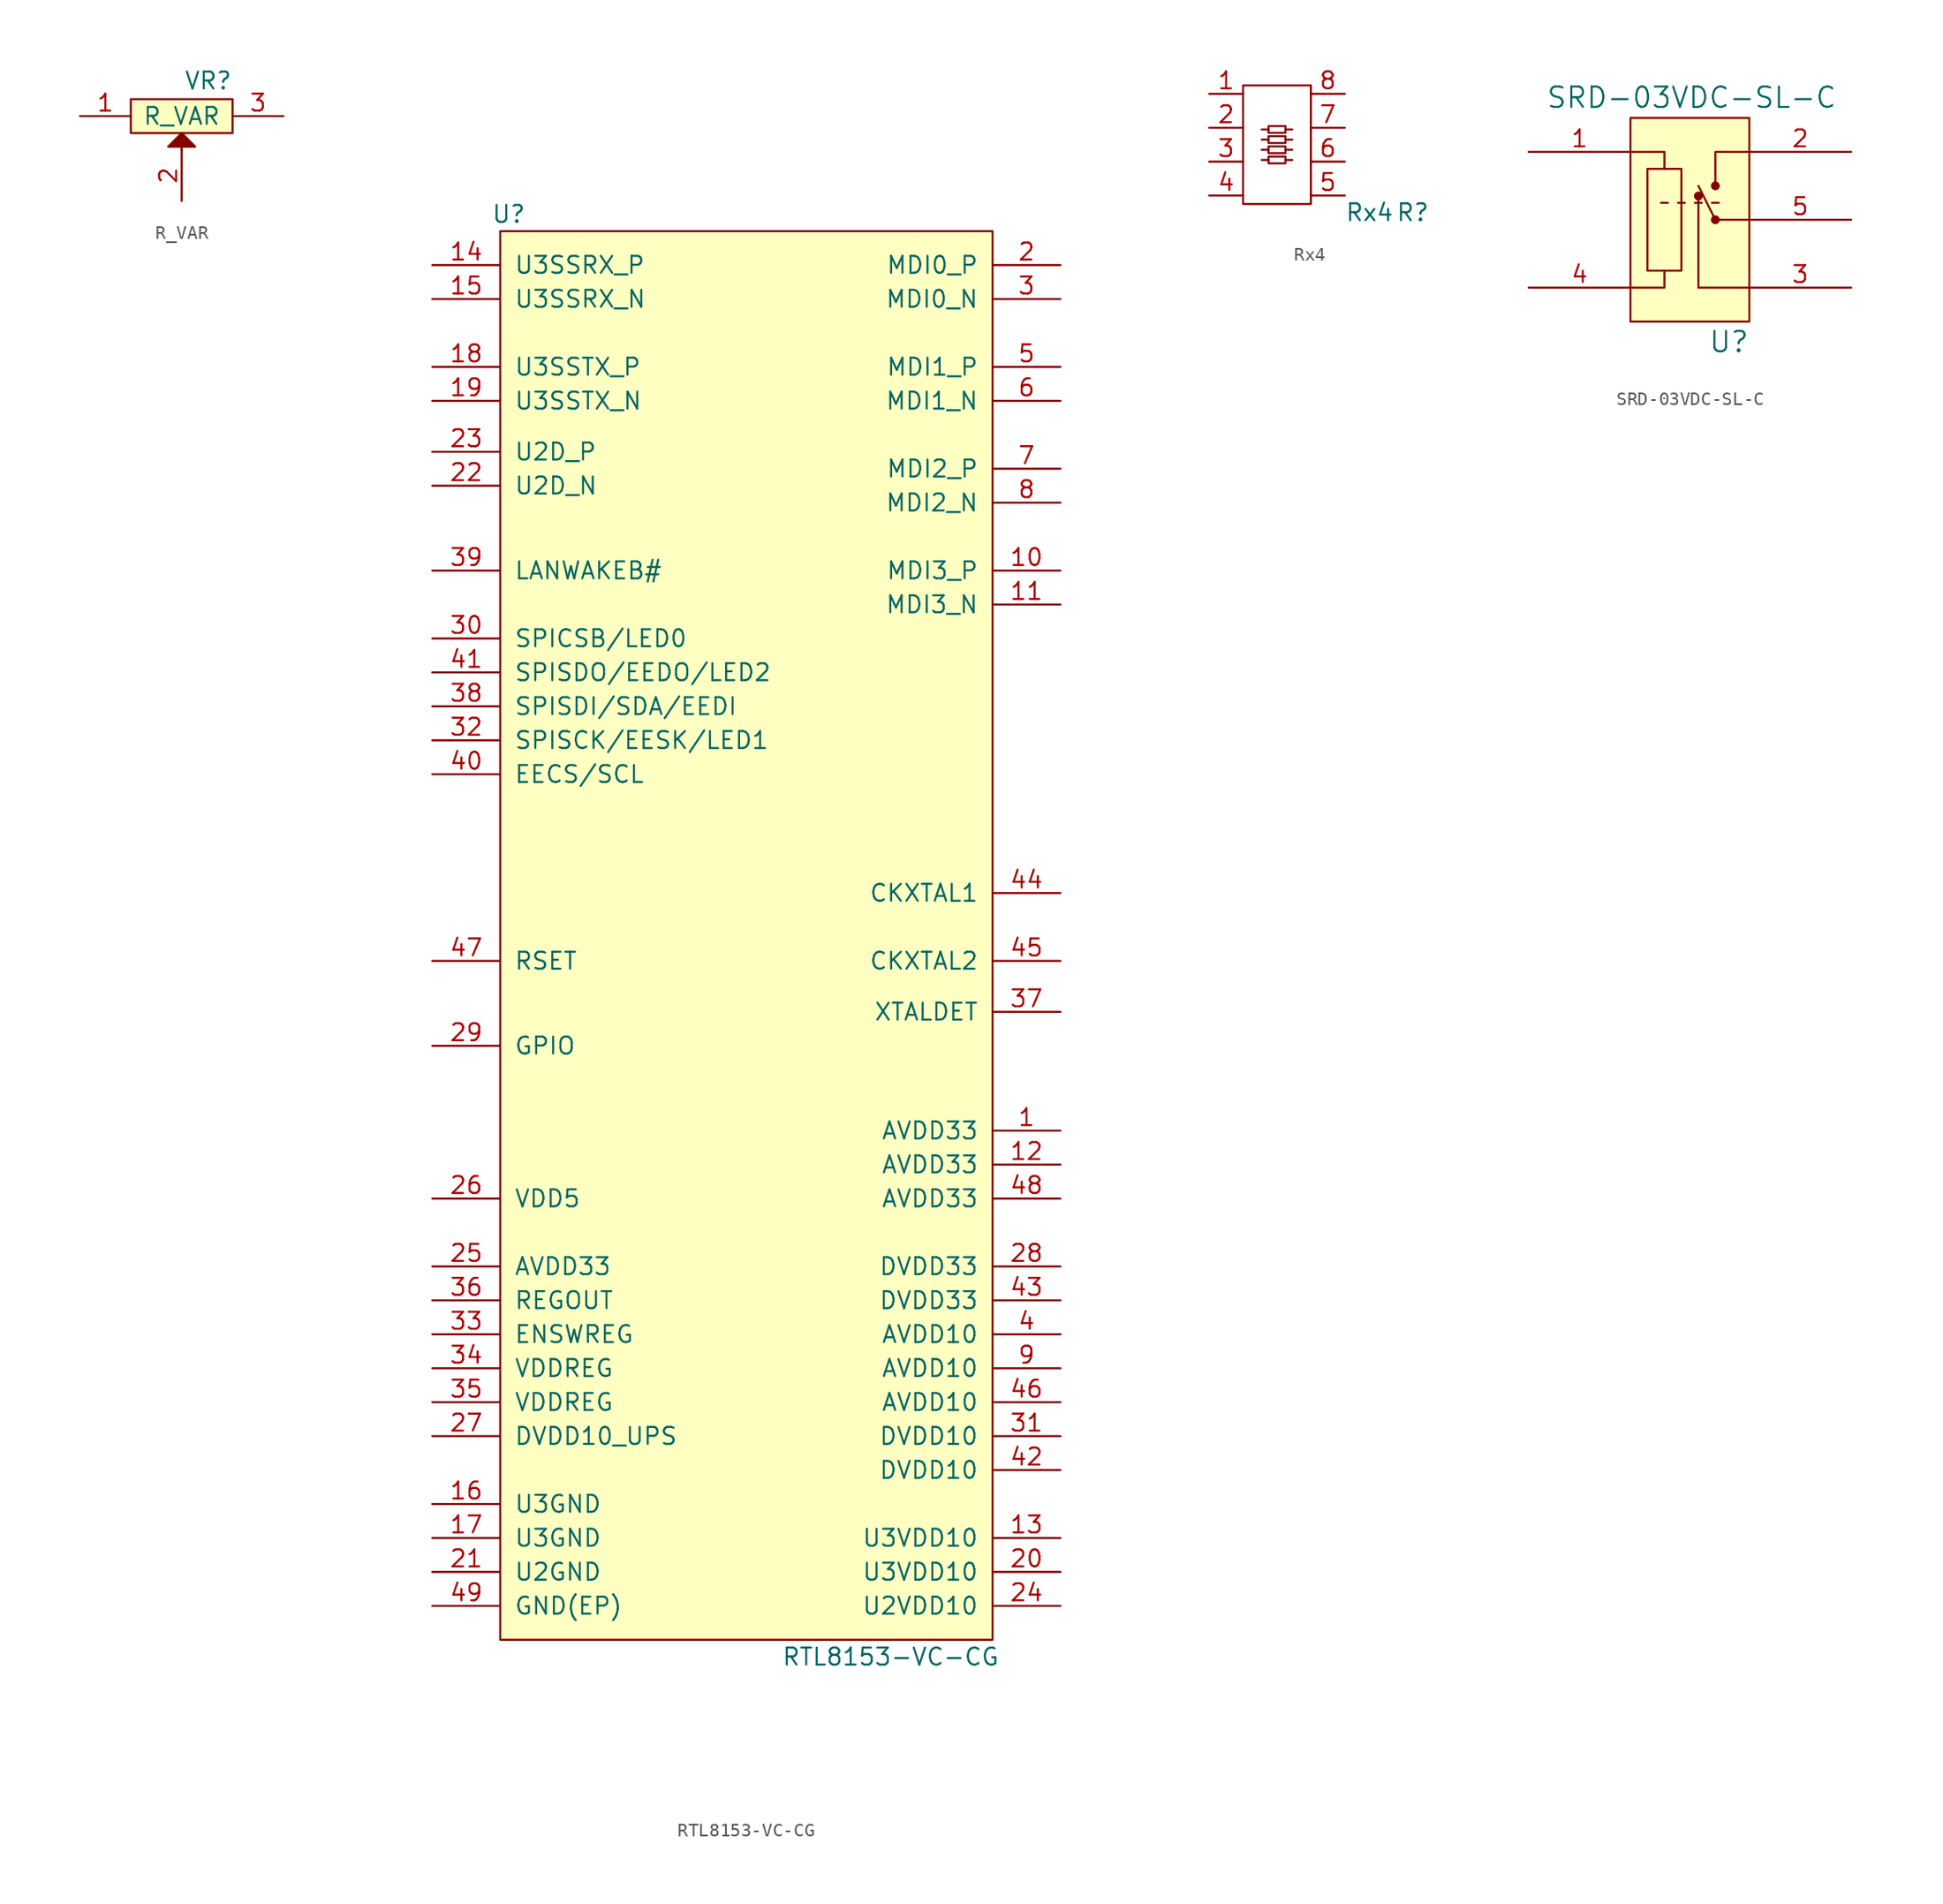
<source format=kicad_sym>
(kicad_symbol_lib
  (version 20211014)
  (generator kicad_symbol_editor)
  (symbol "R_VAR"
    (pin_names
      (offset 1.016))
    (property "Reference" "VR"
      (at 7.62 1.905 0)
      (effects (font (size 1.27 1.27)) (justify right bottom)))
    (property "Value" "R_VAR"
      (at 3.81 0 0)
      (effects (font (size 1.27 1.27))))
    (property "Footprint" ""
      (at 0 1.27 0)
      (effects (font (size 1.524 1.524))))
    (property "Datasheet" ""
      (at 0 1.27 0)
      (effects (font (size 1.524 1.524))))
    (symbol "R_VAR_0_1"
      (rectangle (start 0 -1.27) (end 7.62 1.27) (stroke (width 0) (type default) (color 0 0 0 0)) (fill (type background)))
      (polyline (pts (xy 3.81 -2.54) (xy 3.81 -1.27)) (stroke (width 0) (type default) (color 0 0 0 0)) (fill (type none)))
      (polyline (pts (xy 2.794 -2.286) (xy 3.81 -1.27) (xy 4.826 -2.286) (xy 2.794 -2.286)) (stroke (width 0) (type default) (color 0 0 0 0)) (fill (type outline))))
    (symbol "R_VAR_1_1"
      (pin passive line (at -3.81 0 0) (length 3.81) (name "~" (effects (font (size 1.27 1.27)))) (number "1" (effects (font (size 1.27 1.27)))))
      (pin passive line (at 3.81 -6.35 90) (length 3.81) (name "~" (effects (font (size 1.27 1.27)))) (number "2" (effects (font (size 1.27 1.27)))))
      (pin passive line (at 11.43 0 180) (length 3.81) (name "~" (effects (font (size 1.27 1.27)))) (number "3" (effects (font (size 1.27 1.27)))))))
  (symbol "RTL8153-VC-CG"
    (pin_names
      (offset 1.016))
    (property "Reference" "U"
      (at -18.415 54.61 0)
      (effects (font (size 1.27 1.27))))
    (property "Value" "RTL8153-VC-CG"
      (at 10.16 -53.34 0)
      (effects (font (size 1.27 1.27))))
    (symbol "RTL8153-VC-CG_0_1"
      (rectangle (start -19.05 53.34) (end 17.78 -52.07) (stroke (width 0) (type default) (color 0 0 0 0)) (fill (type background))))
    (symbol "RTL8153-VC-CG_1_1"
      (pin power_in line (at 22.86 -13.97 180) (length 5.08) (name "AVDD33" (effects (font (size 1.27 1.27)))) (number "1" (effects (font (size 1.27 1.27)))))
      (pin bidirectional line (at 22.86 27.94 180) (length 5.08) (name "MDI3_P" (effects (font (size 1.27 1.27)))) (number "10" (effects (font (size 1.27 1.27)))))
      (pin bidirectional line (at 22.86 25.4 180) (length 5.08) (name "MDI3_N" (effects (font (size 1.27 1.27)))) (number "11" (effects (font (size 1.27 1.27)))))
      (pin power_in line (at 22.86 -16.51 180) (length 5.08) (name "AVDD33" (effects (font (size 1.27 1.27)))) (number "12" (effects (font (size 1.27 1.27)))))
      (pin power_in line (at 22.86 -44.45 180) (length 5.08) (name "U3VDD10" (effects (font (size 1.27 1.27)))) (number "13" (effects (font (size 1.27 1.27)))))
      (pin input line (at -24.13 50.8 0) (length 5.08) (name "U3SSRX_P" (effects (font (size 1.27 1.27)))) (number "14" (effects (font (size 1.27 1.27)))))
      (pin input line (at -24.13 48.26 0) (length 5.08) (name "U3SSRX_N" (effects (font (size 1.27 1.27)))) (number "15" (effects (font (size 1.27 1.27)))))
      (pin power_in line (at -24.13 -41.91 0) (length 5.08) (name "U3GND" (effects (font (size 1.27 1.27)))) (number "16" (effects (font (size 1.27 1.27)))))
      (pin power_in line (at -24.13 -44.45 0) (length 5.08) (name "U3GND" (effects (font (size 1.27 1.27)))) (number "17" (effects (font (size 1.27 1.27)))))
      (pin output line (at -24.13 43.18 0) (length 5.08) (name "U3SSTX_P" (effects (font (size 1.27 1.27)))) (number "18" (effects (font (size 1.27 1.27)))))
      (pin output line (at -24.13 40.64 0) (length 5.08) (name "U3SSTX_N" (effects (font (size 1.27 1.27)))) (number "19" (effects (font (size 1.27 1.27)))))
      (pin bidirectional line (at 22.86 50.8 180) (length 5.08) (name "MDI0_P" (effects (font (size 1.27 1.27)))) (number "2" (effects (font (size 1.27 1.27)))))
      (pin power_in line (at 22.86 -46.99 180) (length 5.08) (name "U3VDD10" (effects (font (size 1.27 1.27)))) (number "20" (effects (font (size 1.27 1.27)))))
      (pin power_in line (at -24.13 -46.99 0) (length 5.08) (name "U2GND" (effects (font (size 1.27 1.27)))) (number "21" (effects (font (size 1.27 1.27)))))
      (pin bidirectional line (at -24.13 34.29 0) (length 5.08) (name "U2D_N" (effects (font (size 1.27 1.27)))) (number "22" (effects (font (size 1.27 1.27)))))
      (pin bidirectional line (at -24.13 36.83 0) (length 5.08) (name "U2D_P" (effects (font (size 1.27 1.27)))) (number "23" (effects (font (size 1.27 1.27)))))
      (pin power_in line (at 22.86 -49.53 180) (length 5.08) (name "U2VDD10" (effects (font (size 1.27 1.27)))) (number "24" (effects (font (size 1.27 1.27)))))
      (pin power_out line (at -24.13 -24.13 0) (length 5.08) (name "AVDD33" (effects (font (size 1.27 1.27)))) (number "25" (effects (font (size 1.27 1.27)))))
      (pin power_in line (at -24.13 -19.05 0) (length 5.08) (name "VDD5" (effects (font (size 1.27 1.27)))) (number "26" (effects (font (size 1.27 1.27)))))
      (pin power_out line (at -24.13 -36.83 0) (length 5.08) (name "DVDD10_UPS" (effects (font (size 1.27 1.27)))) (number "27" (effects (font (size 1.27 1.27)))))
      (pin power_in line (at 22.86 -24.13 180) (length 5.08) (name "DVDD33" (effects (font (size 1.27 1.27)))) (number "28" (effects (font (size 1.27 1.27)))))
      (pin bidirectional line (at -24.13 -7.62 0) (length 5.08) (name "GPIO" (effects (font (size 1.27 1.27)))) (number "29" (effects (font (size 1.27 1.27)))))
      (pin bidirectional line (at 22.86 48.26 180) (length 5.08) (name "MDI0_N" (effects (font (size 1.27 1.27)))) (number "3" (effects (font (size 1.27 1.27)))))
      (pin output line (at -24.13 22.86 0) (length 5.08) (name "SPICSB/LED0" (effects (font (size 1.27 1.27)))) (number "30" (effects (font (size 1.27 1.27)))))
      (pin power_in line (at 22.86 -36.83 180) (length 5.08) (name "DVDD10" (effects (font (size 1.27 1.27)))) (number "31" (effects (font (size 1.27 1.27)))))
      (pin output line (at -24.13 15.24 0) (length 5.08) (name "SPISCK/EESK/LED1" (effects (font (size 1.27 1.27)))) (number "32" (effects (font (size 1.27 1.27)))))
      (pin input line (at -24.13 -29.21 0) (length 5.08) (name "ENSWREG" (effects (font (size 1.27 1.27)))) (number "33" (effects (font (size 1.27 1.27)))))
      (pin power_in line (at -24.13 -31.75 0) (length 5.08) (name "VDDREG" (effects (font (size 1.27 1.27)))) (number "34" (effects (font (size 1.27 1.27)))))
      (pin power_in line (at -24.13 -34.29 0) (length 5.08) (name "VDDREG" (effects (font (size 1.27 1.27)))) (number "35" (effects (font (size 1.27 1.27)))))
      (pin power_out line (at -24.13 -26.67 0) (length 5.08) (name "REGOUT" (effects (font (size 1.27 1.27)))) (number "36" (effects (font (size 1.27 1.27)))))
      (pin input line (at 22.86 -5.08 180) (length 5.08) (name "XTALDET" (effects (font (size 1.27 1.27)))) (number "37" (effects (font (size 1.27 1.27)))))
      (pin output line (at -24.13 17.78 0) (length 5.08) (name "SPISDI/SDA/EEDI" (effects (font (size 1.27 1.27)))) (number "38" (effects (font (size 1.27 1.27)))))
      (pin output line (at -24.13 27.94 0) (length 5.08) (name "LANWAKEB#" (effects (font (size 1.27 1.27)))) (number "39" (effects (font (size 1.27 1.27)))))
      (pin power_in line (at 22.86 -29.21 180) (length 5.08) (name "AVDD10" (effects (font (size 1.27 1.27)))) (number "4" (effects (font (size 1.27 1.27)))))
      (pin output line (at -24.13 12.7 0) (length 5.08) (name "EECS/SCL" (effects (font (size 1.27 1.27)))) (number "40" (effects (font (size 1.27 1.27)))))
      (pin input line (at -24.13 20.32 0) (length 5.08) (name "SPISDO/EEDO/LED2" (effects (font (size 1.27 1.27)))) (number "41" (effects (font (size 1.27 1.27)))))
      (pin power_in line (at 22.86 -39.37 180) (length 5.08) (name "DVDD10" (effects (font (size 1.27 1.27)))) (number "42" (effects (font (size 1.27 1.27)))))
      (pin power_in line (at 22.86 -26.67 180) (length 5.08) (name "DVDD33" (effects (font (size 1.27 1.27)))) (number "43" (effects (font (size 1.27 1.27)))))
      (pin input line (at 22.86 3.81 180) (length 5.08) (name "CKXTAL1" (effects (font (size 1.27 1.27)))) (number "44" (effects (font (size 1.27 1.27)))))
      (pin bidirectional line (at 22.86 -1.27 180) (length 5.08) (name "CKXTAL2" (effects (font (size 1.27 1.27)))) (number "45" (effects (font (size 1.27 1.27)))))
      (pin power_in line (at 22.86 -34.29 180) (length 5.08) (name "AVDD10" (effects (font (size 1.27 1.27)))) (number "46" (effects (font (size 1.27 1.27)))))
      (pin passive line (at -24.13 -1.27 0) (length 5.08) (name "RSET" (effects (font (size 1.27 1.27)))) (number "47" (effects (font (size 1.27 1.27)))))
      (pin power_in line (at 22.86 -19.05 180) (length 5.08) (name "AVDD33" (effects (font (size 1.27 1.27)))) (number "48" (effects (font (size 1.27 1.27)))))
      (pin power_in line (at -24.13 -49.53 0) (length 5.08) (name "GND(EP)" (effects (font (size 1.27 1.27)))) (number "49" (effects (font (size 1.27 1.27)))))
      (pin bidirectional line (at 22.86 43.18 180) (length 5.08) (name "MDI1_P" (effects (font (size 1.27 1.27)))) (number "5" (effects (font (size 1.27 1.27)))))
      (pin bidirectional line (at 22.86 40.64 180) (length 5.08) (name "MDI1_N" (effects (font (size 1.27 1.27)))) (number "6" (effects (font (size 1.27 1.27)))))
      (pin bidirectional line (at 22.86 35.56 180) (length 5.08) (name "MDI2_P" (effects (font (size 1.27 1.27)))) (number "7" (effects (font (size 1.27 1.27)))))
      (pin bidirectional line (at 22.86 33.02 180) (length 5.08) (name "MDI2_N" (effects (font (size 1.27 1.27)))) (number "8" (effects (font (size 1.27 1.27)))))
      (pin power_in line (at 22.86 -31.75 180) (length 5.08) (name "AVDD10" (effects (font (size 1.27 1.27)))) (number "9" (effects (font (size 1.27 1.27)))))))
  (symbol "Rx4"
    (pin_names
      (offset 1.016))
    (property "Reference" "R"
      (at 11.43 -8.89 0)
      (effects (font (size 1.27 1.27)) (justify left)))
    (property "Value" "Rx4"
      (at 7.62 -8.89 0)
      (effects (font (size 1.27 1.27)) (justify left)))
    (symbol "Rx4_0_1"
      (polyline (pts (xy 1.905 -4.953) (xy 1.397 -4.953)) (stroke (width 0) (type default) (color 0 0 0 0)) (fill (type none)))
      (polyline (pts (xy 1.905 -4.191) (xy 1.397 -4.191)) (stroke (width 0) (type default) (color 0 0 0 0)) (fill (type none)))
      (polyline (pts (xy 1.905 -3.429) (xy 1.397 -3.429)) (stroke (width 0) (type default) (color 0 0 0 0)) (fill (type none)))
      (polyline (pts (xy 1.905 -2.667) (xy 1.397 -2.667)) (stroke (width 0) (type default) (color 0 0 0 0)) (fill (type none)))
      (polyline (pts (xy 3.683 -4.953) (xy 3.175 -4.953)) (stroke (width 0) (type default) (color 0 0 0 0)) (fill (type none)))
      (polyline (pts (xy 3.683 -4.191) (xy 3.175 -4.191)) (stroke (width 0) (type default) (color 0 0 0 0)) (fill (type none)))
      (polyline (pts (xy 3.683 -3.429) (xy 3.175 -3.429)) (stroke (width 0) (type default) (color 0 0 0 0)) (fill (type none)))
      (polyline (pts (xy 3.683 -2.667) (xy 3.175 -2.667)) (stroke (width 0) (type default) (color 0 0 0 0)) (fill (type none)))
      (rectangle (start 1.905 -4.699) (end 3.175 -5.207) (stroke (width 0) (type default) (color 0 0 0 0)) (fill (type none)))
      (rectangle (start 1.905 -3.937) (end 3.175 -4.445) (stroke (width 0) (type default) (color 0 0 0 0)) (fill (type none)))
      (rectangle (start 1.905 -3.175) (end 3.175 -3.683) (stroke (width 0) (type default) (color 0 0 0 0)) (fill (type none)))
      (rectangle (start 1.905 -2.413) (end 3.175 -2.921) (stroke (width 0) (type default) (color 0 0 0 0)) (fill (type none)))
      (rectangle (start 5.08 -8.255) (end 0 0.635) (stroke (width 0) (type default) (color 0 0 0 0)) (fill (type none))))
    (symbol "Rx4_1_1"
      (pin input line (at -2.54 0 0) (length 2.54) (name "~" (effects (font (size 1.27 1.27)))) (number "1" (effects (font (size 1.27 1.27)))))
      (pin input line (at -2.54 -2.54 0) (length 2.54) (name "~" (effects (font (size 1.27 1.27)))) (number "2" (effects (font (size 1.27 1.27)))))
      (pin input line (at -2.54 -5.08 0) (length 2.54) (name "~" (effects (font (size 1.27 1.27)))) (number "3" (effects (font (size 1.27 1.27)))))
      (pin input line (at -2.54 -7.62 0) (length 2.54) (name "~" (effects (font (size 1.27 1.27)))) (number "4" (effects (font (size 1.27 1.27)))))
      (pin input line (at 7.62 -7.62 180) (length 2.54) (name "~" (effects (font (size 1.27 1.27)))) (number "5" (effects (font (size 1.27 1.27)))))
      (pin input line (at 7.62 -5.08 180) (length 2.54) (name "~" (effects (font (size 1.27 1.27)))) (number "6" (effects (font (size 1.27 1.27)))))
      (pin input line (at 7.62 -2.54 180) (length 2.54) (name "~" (effects (font (size 1.27 1.27)))) (number "7" (effects (font (size 1.27 1.27)))))
      (pin input line (at 7.62 0 180) (length 2.54) (name "~" (effects (font (size 1.27 1.27)))) (number "8" (effects (font (size 1.27 1.27)))))))
  (symbol "SRD-03VDC-SL-C"
    (pin_names
      (offset 1.016))
    (property "Reference" "U"
      (at 7.366 -14.224 0)
      (effects (font (size 1.524 1.524))))
    (property "Value" "SRD-03VDC-SL-C"
      (at 4.572 4.064 0)
      (effects (font (size 1.524 1.524))))
    (property "Footprint" ""
      (at 0 0 0)
      (effects (font (size 1.524 1.524))))
    (property "Datasheet" ""
      (at 0 0 0)
      (effects (font (size 1.524 1.524))))
    (symbol "SRD-03VDC-SL-C_0_1"
      (polyline (pts (xy 2.794 -3.81) (xy 2.286 -3.81)) (stroke (width 0) (type default) (color 0 0 0 0)) (fill (type none)))
      (polyline (pts (xy 3.556 -3.81) (xy 4.064 -3.81)) (stroke (width 0) (type default) (color 0 0 0 0)) (fill (type none)))
      (polyline (pts (xy 4.826 -3.81) (xy 5.334 -3.81)) (stroke (width 0) (type default) (color 0 0 0 0)) (fill (type none)))
      (polyline (pts (xy 6.096 -3.81) (xy 6.604 -3.81)) (stroke (width 0) (type default) (color 0 0 0 0)) (fill (type none)))
      (polyline (pts (xy 0 -10.16) (xy 2.54 -10.16) (xy 2.54 -8.89)) (stroke (width 0) (type default) (color 0 0 0 0)) (fill (type none)))
      (polyline (pts (xy 0 0) (xy 2.54 0) (xy 2.54 -1.27)) (stroke (width 0) (type default) (color 0 0 0 0)) (fill (type none)))
      (polyline (pts (xy 5.08 -3.302) (xy 5.08 -10.16) (xy 8.89 -10.16)) (stroke (width 0) (type default) (color 0 0 0 0)) (fill (type none)))
      (polyline (pts (xy 6.35 -2.54) (xy 6.35 0) (xy 8.89 0)) (stroke (width 0) (type default) (color 0 0 0 0)) (fill (type none)))
      (polyline (pts (xy 8.89 -5.08) (xy 6.35 -5.08) (xy 5.08 -2.54)) (stroke (width 0) (type default) (color 0 0 0 0)) (fill (type none)))
      (rectangle (start 1.27 -1.27) (end 3.81 -8.89) (stroke (width 0) (type default) (color 0 0 0 0)) (fill (type none)))
      (circle (center 5.08 -3.302) (radius 0.254) (stroke (width 0) (type default) (color 0 0 0 0)) (fill (type outline)))
      (circle (center 6.35 -5.08) (radius 0.254) (stroke (width 0) (type default) (color 0 0 0 0)) (fill (type outline)))
      (circle (center 6.35 -2.54) (radius 0.254) (stroke (width 0) (type default) (color 0 0 0 0)) (fill (type outline)))
      (rectangle (start 8.89 2.54) (end 0 -12.7) (stroke (width 0) (type default) (color 0 0 0 0)) (fill (type background))))
    (symbol "SRD-03VDC-SL-C_1_1"
      (pin input line (at -7.62 0 0) (length 7.62) (name "~" (effects (font (size 1.27 1.27)))) (number "1" (effects (font (size 1.27 1.27)))))
      (pin input line (at 16.51 0 180) (length 7.62) (name "~" (effects (font (size 1.27 1.27)))) (number "2" (effects (font (size 1.27 1.27)))))
      (pin input line (at 16.51 -10.16 180) (length 7.62) (name "~" (effects (font (size 1.27 1.27)))) (number "3" (effects (font (size 1.27 1.27)))))
      (pin input line (at -7.62 -10.16 0) (length 7.62) (name "~" (effects (font (size 1.27 1.27)))) (number "4" (effects (font (size 1.27 1.27)))))
      (pin input line (at 16.51 -5.08 180) (length 7.62) (name "~" (effects (font (size 1.27 1.27)))) (number "5" (effects (font (size 1.27 1.27))))))))
</source>
